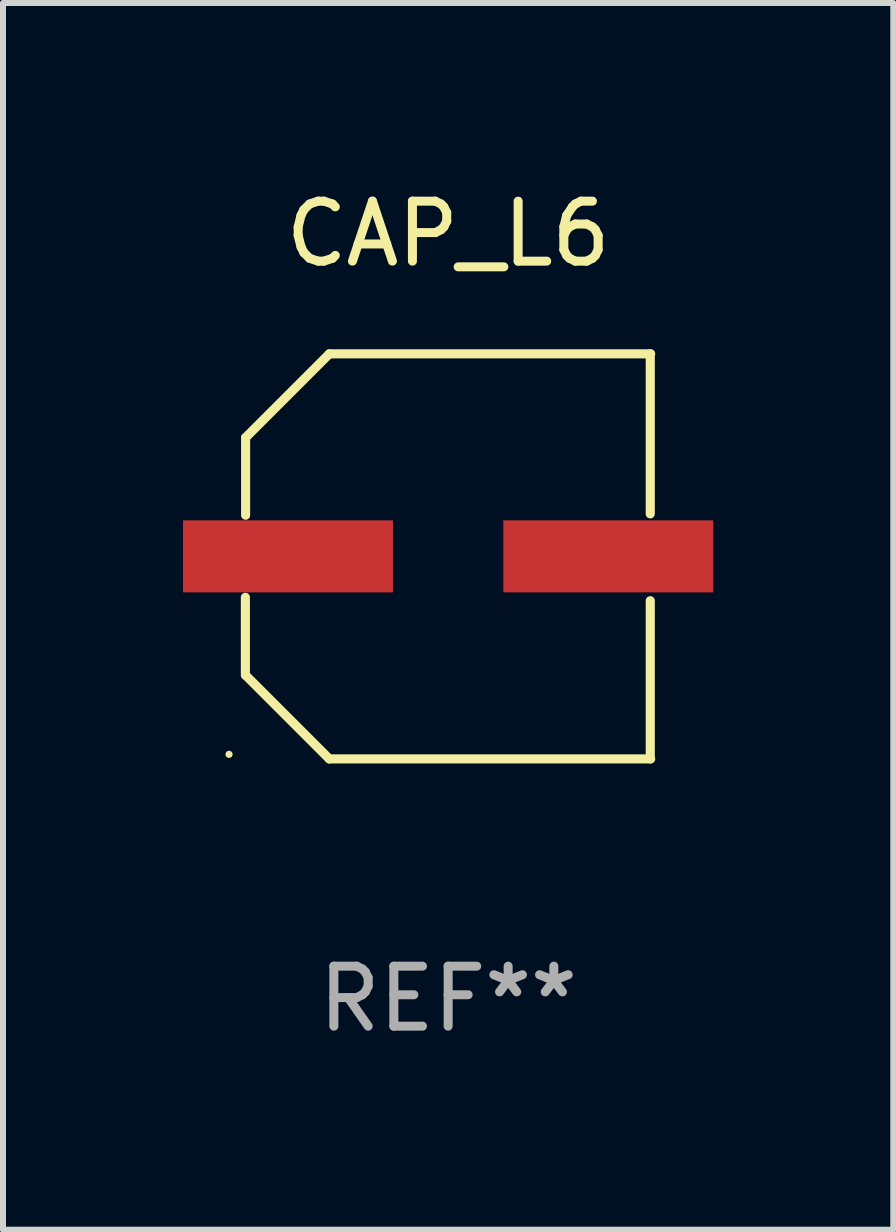
<source format=kicad_pcb>
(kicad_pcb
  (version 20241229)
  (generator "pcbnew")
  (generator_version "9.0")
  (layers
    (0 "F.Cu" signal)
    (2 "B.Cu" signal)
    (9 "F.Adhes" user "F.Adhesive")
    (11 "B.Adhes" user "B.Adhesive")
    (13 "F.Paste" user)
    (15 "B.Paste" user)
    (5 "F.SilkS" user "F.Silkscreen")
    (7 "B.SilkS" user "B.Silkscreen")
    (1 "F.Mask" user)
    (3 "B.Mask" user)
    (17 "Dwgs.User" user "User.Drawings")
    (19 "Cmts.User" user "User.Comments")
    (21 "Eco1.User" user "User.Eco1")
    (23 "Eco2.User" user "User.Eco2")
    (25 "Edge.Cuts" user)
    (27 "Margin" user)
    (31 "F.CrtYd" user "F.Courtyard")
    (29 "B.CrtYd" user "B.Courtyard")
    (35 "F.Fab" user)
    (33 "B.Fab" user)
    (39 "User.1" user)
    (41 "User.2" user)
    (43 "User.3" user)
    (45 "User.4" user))
  (footprint "CAP_L6"
    (layer "F.Cu")
    (at 4.42 6.224)
    (property "Reference" "CAP_L6" (at 0 -5.376 0) (layer "F.SilkS") (effects (font (size 1 1) (thickness 0.15))))
    (attr through_hole)
    (fp_line (start -3.38 0.683) (end -3.38 1.977) (stroke (width 0.152) (type solid)) (layer "F.SilkS"))
    (fp_line (start -3.376 -1.98) (end -3.376 -0.686) (stroke (width 0.152) (type solid)) (layer "F.SilkS"))
    (fp_line (start -1.981 3.376) (end -3.376 1.981) (stroke (width 0.152) (type solid)) (layer "F.SilkS"))
    (fp_line (start -1.98 -3.376) (end -3.376 -1.98) (stroke (width 0.152) (type solid)) (layer "F.SilkS"))
    (fp_line (start 3.369 -0.708) (end 3.369 -3.376) (stroke (width 0.152) (type solid)) (layer "F.SilkS"))
    (fp_line (start 3.369 0.739) (end 3.369 3.376) (stroke (width 0.152) (type solid)) (layer "F.SilkS"))
    (fp_line (start 3.376 3.376) (end -1.981 3.376) (stroke (width 0.152) (type solid)) (layer "F.SilkS"))
    (fp_line (start 3.376 -3.376) (end -1.98 -3.376) (stroke (width 0.152) (type solid)) (layer "F.SilkS"))
    (fp_circle (center -3.652 3.3) (end -3.622 3.3) (stroke (width 0.06) (type solid)) (fill no) (layer "F.SilkS"))
    (fp_text user "REF**" (at 0 7.376 0) (layer "F.Fab") (effects (font (size 1 1) (thickness 0.15))))
    (pad "1" smd rect (at -2.67 0) (size 3.5 1.2) (layers "F.Cu" "F.Mask" "F.Paste"))
    (pad "2" smd rect (at 2.67 0) (size 3.5 1.2) (layers "F.Cu" "F.Mask" "F.Paste")))
  (gr_rect
    (start -3 -3)
    (end 11.84 17.448)
    (stroke (width 0.1) (type default))
    (fill no)
    (layer "Edge.Cuts")))
</source>
